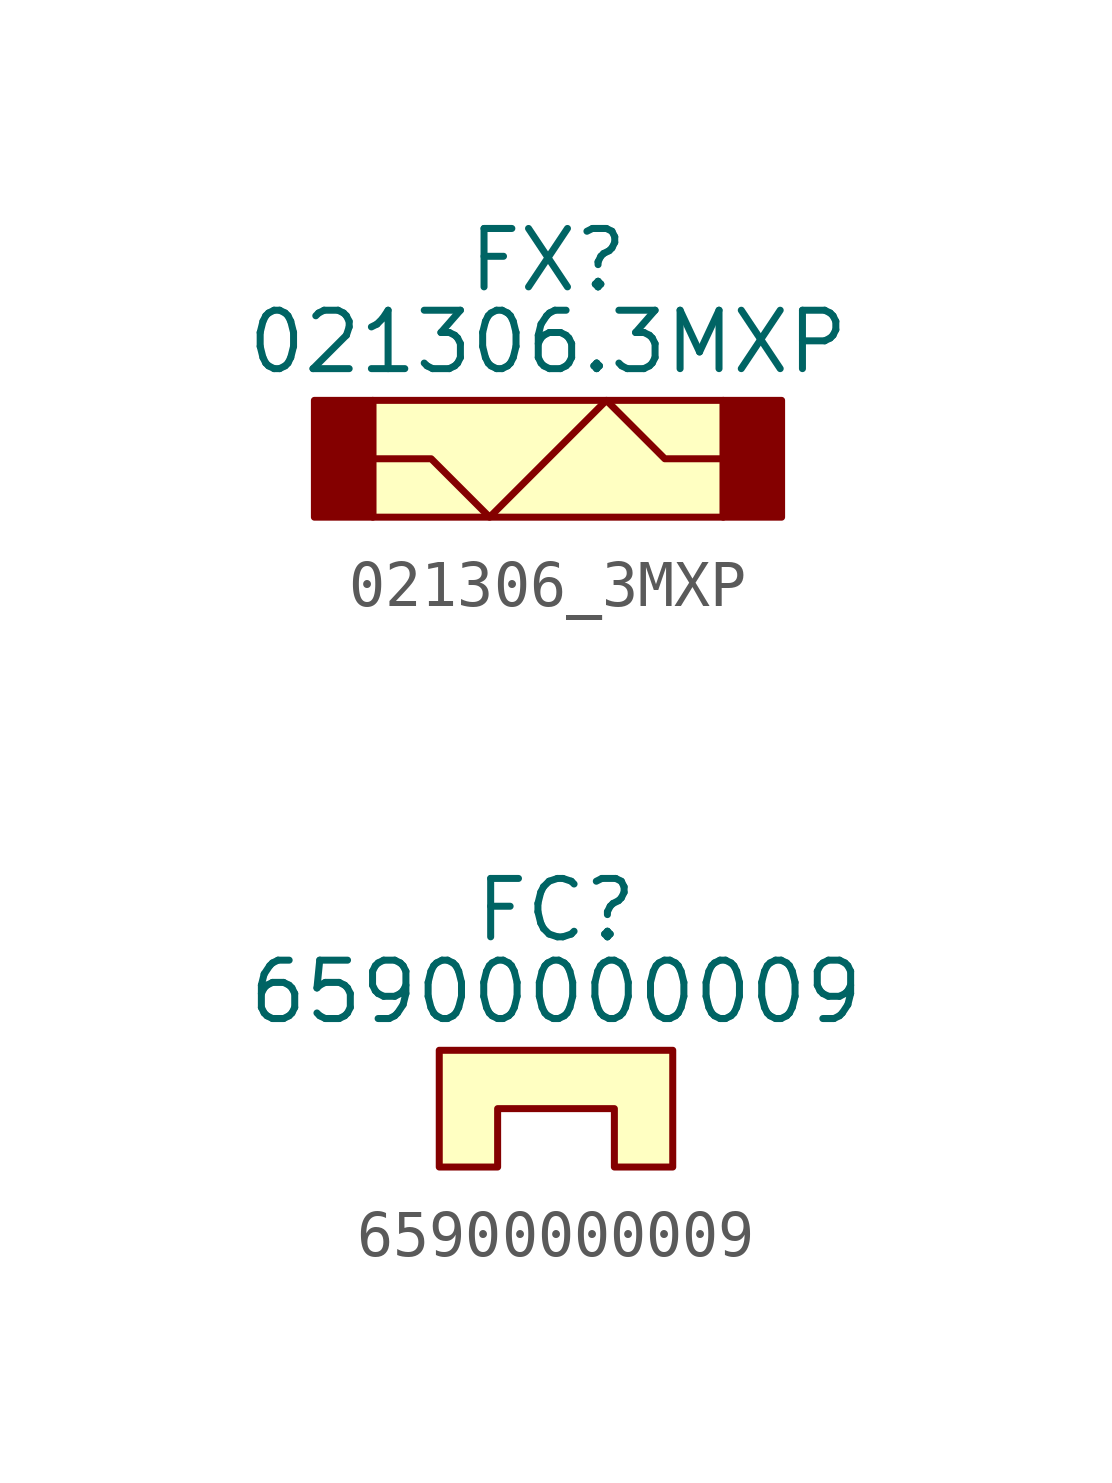
<source format=kicad_sym>
(kicad_symbol_lib
  (version 20231120)
  (generator "kicad_symbol_editor")
  (generator_version "8.0")
  (symbol "021306_3MXP"
    (property "Reference" "FX"
      (at 0 1.778 0)
      (effects (font (size 1.27 1.27))))
    (property "Value" "021306.3MXP"
      (at 0 0 0)
      (effects (font (size 1.27 1.27))))
    (symbol "021306_3MXP_0_1"
      (polyline (pts (xy -3.81 -2.54) (xy -2.54 -2.54) (xy -1.27 -3.81) (xy 1.27 -1.27) (xy 1.27 -1.27) (xy 2.54 -2.54) (xy 3.81 -2.54)) (stroke (width 0) (type default)) (fill (type none))))
    (symbol "021306_3MXP_1_1"
      (rectangle (start -5.08 -1.27) (end -3.81 -3.81) (stroke (width 0) (type default)) (fill (type outline)))
      (polyline (pts (xy -3.81 -1.27) (xy 3.81 -1.27) (xy 3.81 -3.81) (xy -3.81 -3.81) (xy -3.81 -1.27)) (stroke (width 0) (type default)) (fill (type background)))
      (rectangle (start 3.81 -1.27) (end 5.08 -3.81) (stroke (width 0) (type default)) (fill (type outline)))))
  (symbol "65900000009"
    (property "Reference" "FC"
      (at 0 1.778 0)
      (effects (font (size 1.27 1.27))))
    (property "Value" "65900000009"
      (at 0 0 0)
      (effects (font (size 1.27 1.27))))
    (symbol "65900000009_1_1"
      (polyline (pts (xy -2.54 -1.27) (xy 2.54 -1.27) (xy 2.54 -3.81) (xy 1.27 -3.81) (xy 1.27 -2.54) (xy -1.27 -2.54) (xy -1.27 -3.81) (xy -2.54 -3.81) (xy -2.54 -1.27)) (stroke (width 0) (type default)) (fill (type background))))))
</source>
